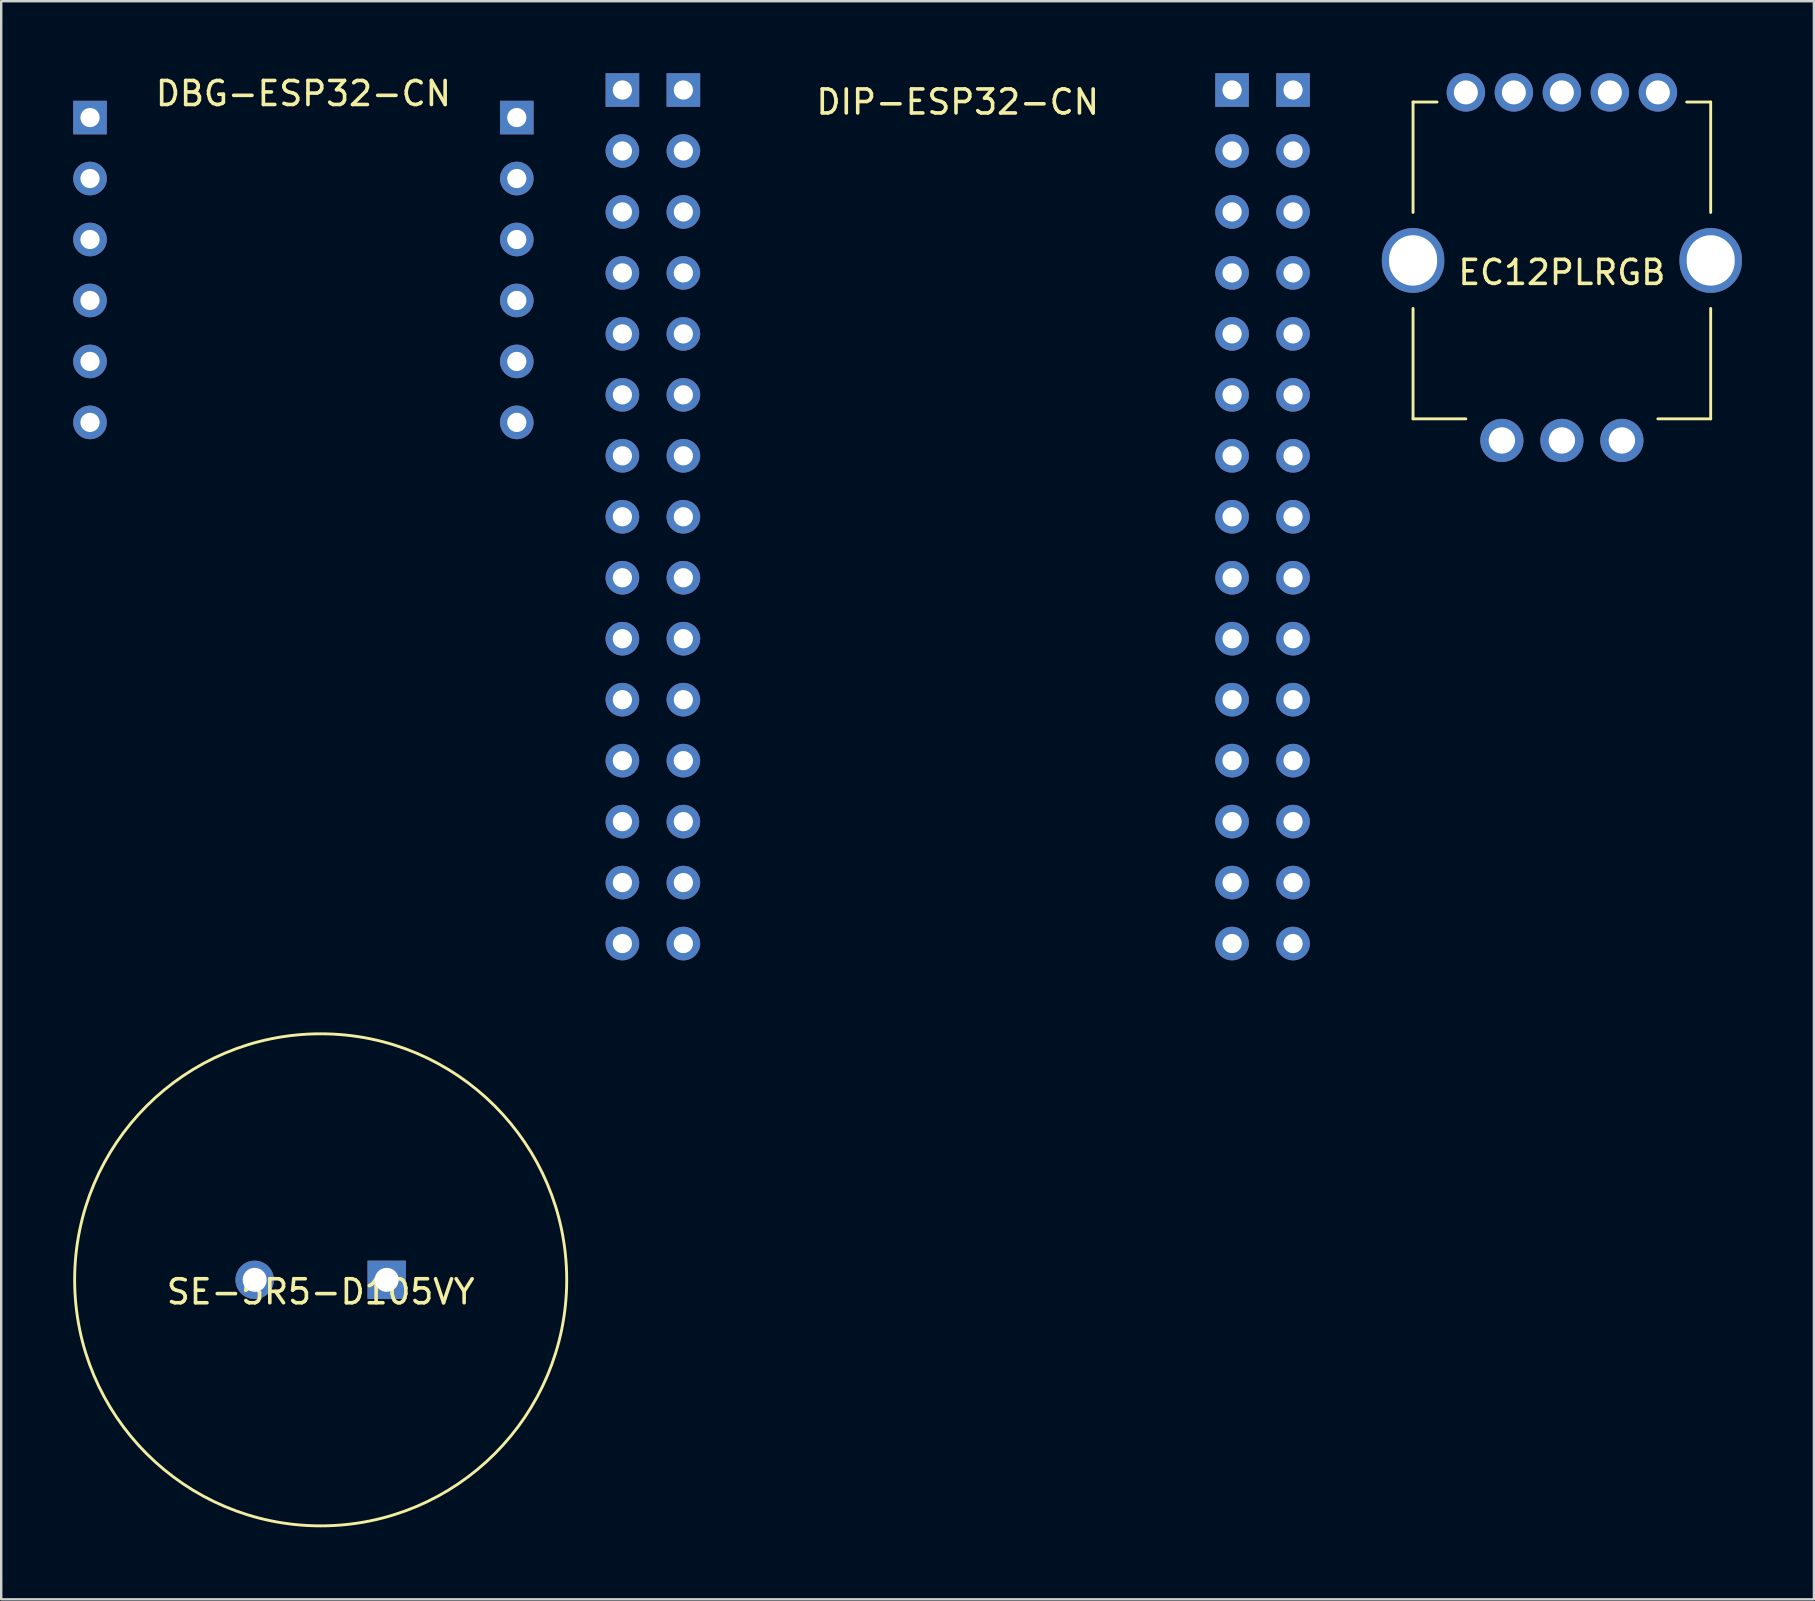
<source format=kicad_pcb>
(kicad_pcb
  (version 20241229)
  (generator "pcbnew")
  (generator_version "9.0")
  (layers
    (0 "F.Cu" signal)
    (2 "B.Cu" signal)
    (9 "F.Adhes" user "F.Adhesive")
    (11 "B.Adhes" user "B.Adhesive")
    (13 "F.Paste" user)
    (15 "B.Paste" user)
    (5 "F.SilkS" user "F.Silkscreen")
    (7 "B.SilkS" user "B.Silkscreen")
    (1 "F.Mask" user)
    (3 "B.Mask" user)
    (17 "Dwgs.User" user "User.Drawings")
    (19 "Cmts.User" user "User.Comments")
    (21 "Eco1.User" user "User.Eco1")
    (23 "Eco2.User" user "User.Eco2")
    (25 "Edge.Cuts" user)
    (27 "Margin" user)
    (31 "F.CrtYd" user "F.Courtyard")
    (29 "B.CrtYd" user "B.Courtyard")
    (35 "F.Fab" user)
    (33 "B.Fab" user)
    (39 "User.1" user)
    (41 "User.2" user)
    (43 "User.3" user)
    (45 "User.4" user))
  (footprint "DIP-ESP32-CN"
    (layer "F.Cu")
    (at 36.85 0.7)
    (property "Reference" "DIP-ESP32-CN" (at 0 0.5 0) (layer "F.SilkS") (effects (font (size 1 1) (thickness 0.15))))
    (attr through_hole)
    (pad "1" thru_hole rect (at -13.97 0) (size 1.4 1.4) (drill 0.8) (layers "*.Cu" "*.Mask"))
    (pad "1" thru_hole rect (at -11.43 0) (size 1.4 1.4) (drill 0.8) (layers "*.Cu" "*.Mask"))
    (pad "2" thru_hole circle (at -13.97 2.54) (size 1.4 1.4) (drill 0.8) (layers "*.Cu" "*.Mask"))
    (pad "2" thru_hole circle (at -11.43 2.54) (size 1.4 1.4) (drill 0.8) (layers "*.Cu" "*.Mask"))
    (pad "3" thru_hole circle (at -13.97 5.08) (size 1.4 1.4) (drill 0.8) (layers "*.Cu" "*.Mask"))
    (pad "3" thru_hole circle (at -11.43 5.08) (size 1.4 1.4) (drill 0.8) (layers "*.Cu" "*.Mask"))
    (pad "4" thru_hole circle (at -13.97 7.62) (size 1.4 1.4) (drill 0.8) (layers "*.Cu" "*.Mask"))
    (pad "4" thru_hole circle (at -11.43 7.62) (size 1.4 1.4) (drill 0.8) (layers "*.Cu" "*.Mask"))
    (pad "5" thru_hole circle (at -13.97 10.16) (size 1.4 1.4) (drill 0.8) (layers "*.Cu" "*.Mask"))
    (pad "5" thru_hole circle (at -11.43 10.16) (size 1.4 1.4) (drill 0.8) (layers "*.Cu" "*.Mask"))
    (pad "6" thru_hole circle (at -13.97 12.7) (size 1.4 1.4) (drill 0.8) (layers "*.Cu" "*.Mask"))
    (pad "6" thru_hole circle (at -11.43 12.7) (size 1.4 1.4) (drill 0.8) (layers "*.Cu" "*.Mask"))
    (pad "7" thru_hole circle (at -13.97 15.24) (size 1.4 1.4) (drill 0.8) (layers "*.Cu" "*.Mask"))
    (pad "7" thru_hole circle (at -11.43 15.24) (size 1.4 1.4) (drill 0.8) (layers "*.Cu" "*.Mask"))
    (pad "8" thru_hole circle (at -13.97 17.78) (size 1.4 1.4) (drill 0.8) (layers "*.Cu" "*.Mask"))
    (pad "8" thru_hole circle (at -11.43 17.78) (size 1.4 1.4) (drill 0.8) (layers "*.Cu" "*.Mask"))
    (pad "9" thru_hole circle (at -13.97 20.32) (size 1.4 1.4) (drill 0.8) (layers "*.Cu" "*.Mask"))
    (pad "9" thru_hole circle (at -11.43 20.32) (size 1.4 1.4) (drill 0.8) (layers "*.Cu" "*.Mask"))
    (pad "10" thru_hole circle (at -13.97 22.86) (size 1.4 1.4) (drill 0.8) (layers "*.Cu" "*.Mask"))
    (pad "10" thru_hole circle (at -11.43 22.86) (size 1.4 1.4) (drill 0.8) (layers "*.Cu" "*.Mask"))
    (pad "11" thru_hole circle (at -13.97 25.4) (size 1.4 1.4) (drill 0.8) (layers "*.Cu" "*.Mask"))
    (pad "11" thru_hole circle (at -11.43 25.4) (size 1.4 1.4) (drill 0.8) (layers "*.Cu" "*.Mask"))
    (pad "12" thru_hole circle (at -13.97 27.94) (size 1.4 1.4) (drill 0.8) (layers "*.Cu" "*.Mask"))
    (pad "12" thru_hole circle (at -11.43 27.94) (size 1.4 1.4) (drill 0.8) (layers "*.Cu" "*.Mask"))
    (pad "13" thru_hole circle (at -13.97 30.48) (size 1.4 1.4) (drill 0.8) (layers "*.Cu" "*.Mask"))
    (pad "13" thru_hole circle (at -11.43 30.48) (size 1.4 1.4) (drill 0.8) (layers "*.Cu" "*.Mask"))
    (pad "14" thru_hole circle (at -13.97 33.02) (size 1.4 1.4) (drill 0.8) (layers "*.Cu" "*.Mask"))
    (pad "14" thru_hole circle (at -11.43 33.02) (size 1.4 1.4) (drill 0.8) (layers "*.Cu" "*.Mask"))
    (pad "15" thru_hole circle (at -13.97 35.56) (size 1.4 1.4) (drill 0.8) (layers "*.Cu" "*.Mask"))
    (pad "15" thru_hole circle (at -11.43 35.56) (size 1.4 1.4) (drill 0.8) (layers "*.Cu" "*.Mask"))
    (pad "16" thru_hole circle (at 11.43 35.56) (size 1.4 1.4) (drill 0.8) (layers "*.Cu" "*.Mask"))
    (pad "16" thru_hole circle (at 13.97 35.56) (size 1.4 1.4) (drill 0.8) (layers "*.Cu" "*.Mask"))
    (pad "17" thru_hole circle (at 11.43 33.02) (size 1.4 1.4) (drill 0.8) (layers "*.Cu" "*.Mask"))
    (pad "17" thru_hole circle (at 13.97 33.02) (size 1.4 1.4) (drill 0.8) (layers "*.Cu" "*.Mask"))
    (pad "18" thru_hole circle (at 11.43 30.48) (size 1.4 1.4) (drill 0.8) (layers "*.Cu" "*.Mask"))
    (pad "18" thru_hole circle (at 13.97 30.48) (size 1.4 1.4) (drill 0.8) (layers "*.Cu" "*.Mask"))
    (pad "19" thru_hole circle (at 11.43 27.94) (size 1.4 1.4) (drill 0.8) (layers "*.Cu" "*.Mask"))
    (pad "19" thru_hole circle (at 13.97 27.94) (size 1.4 1.4) (drill 0.8) (layers "*.Cu" "*.Mask"))
    (pad "20" thru_hole circle (at 11.43 25.4) (size 1.4 1.4) (drill 0.8) (layers "*.Cu" "*.Mask"))
    (pad "20" thru_hole circle (at 13.97 25.4) (size 1.4 1.4) (drill 0.8) (layers "*.Cu" "*.Mask"))
    (pad "21" thru_hole circle (at 11.43 22.86) (size 1.4 1.4) (drill 0.8) (layers "*.Cu" "*.Mask"))
    (pad "21" thru_hole circle (at 13.97 22.86) (size 1.4 1.4) (drill 0.8) (layers "*.Cu" "*.Mask"))
    (pad "22" thru_hole circle (at 11.43 20.32) (size 1.4 1.4) (drill 0.8) (layers "*.Cu" "*.Mask"))
    (pad "22" thru_hole circle (at 13.97 20.32) (size 1.4 1.4) (drill 0.8) (layers "*.Cu" "*.Mask"))
    (pad "23" thru_hole circle (at 11.43 17.78) (size 1.4 1.4) (drill 0.8) (layers "*.Cu" "*.Mask"))
    (pad "23" thru_hole circle (at 13.97 17.78) (size 1.4 1.4) (drill 0.8) (layers "*.Cu" "*.Mask"))
    (pad "24" thru_hole circle (at 11.43 15.24) (size 1.4 1.4) (drill 0.8) (layers "*.Cu" "*.Mask"))
    (pad "24" thru_hole circle (at 13.97 15.24) (size 1.4 1.4) (drill 0.8) (layers "*.Cu" "*.Mask"))
    (pad "25" thru_hole circle (at 11.43 12.7) (size 1.4 1.4) (drill 0.8) (layers "*.Cu" "*.Mask"))
    (pad "25" thru_hole circle (at 13.97 12.7) (size 1.4 1.4) (drill 0.8) (layers "*.Cu" "*.Mask"))
    (pad "26" thru_hole circle (at 11.43 10.16) (size 1.4 1.4) (drill 0.8) (layers "*.Cu" "*.Mask"))
    (pad "26" thru_hole circle (at 13.97 10.16) (size 1.4 1.4) (drill 0.8) (layers "*.Cu" "*.Mask"))
    (pad "27" thru_hole circle (at 11.43 7.62) (size 1.4 1.4) (drill 0.8) (layers "*.Cu" "*.Mask"))
    (pad "27" thru_hole circle (at 13.97 7.62) (size 1.4 1.4) (drill 0.8) (layers "*.Cu" "*.Mask"))
    (pad "28" thru_hole circle (at 11.43 5.08) (size 1.4 1.4) (drill 0.8) (layers "*.Cu" "*.Mask"))
    (pad "28" thru_hole circle (at 13.97 5.08) (size 1.4 1.4) (drill 0.8) (layers "*.Cu" "*.Mask"))
    (pad "29" thru_hole circle (at 11.43 2.54) (size 1.4 1.4) (drill 0.8) (layers "*.Cu" "*.Mask"))
    (pad "29" thru_hole circle (at 13.97 2.54) (size 1.4 1.4) (drill 0.8) (layers "*.Cu" "*.Mask"))
    (pad "30" thru_hole rect (at 11.43 0) (size 1.4 1.4) (drill 0.8) (layers "*.Cu" "*.Mask"))
    (pad "30" thru_hole rect (at 13.97 0) (size 1.4 1.4) (drill 0.8) (layers "*.Cu" "*.Mask")))
  (footprint "DBG-ESP32-CN"
    (layer "F.Cu")
    (at 9.59 1.848)
    (property "Reference" "DBG-ESP32-CN" (at 0 -1 0) (layer "F.SilkS") (effects (font (size 1 1) (thickness 0.15))))
    (attr through_hole)
    (pad "1" thru_hole rect (at -8.89 0) (size 1.4 1.4) (drill 0.8) (layers "*.Cu" "*.Mask"))
    (pad "2" thru_hole circle (at -8.89 2.54) (size 1.4 1.4) (drill 0.8) (layers "*.Cu" "*.Mask"))
    (pad "3" thru_hole circle (at -8.89 5.08) (size 1.4 1.4) (drill 0.8) (layers "*.Cu" "*.Mask"))
    (pad "4" thru_hole circle (at -8.89 7.62) (size 1.4 1.4) (drill 0.8) (layers "*.Cu" "*.Mask"))
    (pad "5" thru_hole circle (at -8.89 10.16) (size 1.4 1.4) (drill 0.8) (layers "*.Cu" "*.Mask"))
    (pad "6" thru_hole circle (at -8.89 12.7) (size 1.4 1.4) (drill 0.8) (layers "*.Cu" "*.Mask"))
    (pad "7" thru_hole circle (at 8.89 12.7) (size 1.4 1.4) (drill 0.8) (layers "*.Cu" "*.Mask"))
    (pad "8" thru_hole circle (at 8.89 10.16) (size 1.4 1.4) (drill 0.8) (layers "*.Cu" "*.Mask"))
    (pad "9" thru_hole circle (at 8.89 7.62) (size 1.4 1.4) (drill 0.8) (layers "*.Cu" "*.Mask"))
    (pad "10" thru_hole circle (at 8.89 5.08) (size 1.4 1.4) (drill 0.8) (layers "*.Cu" "*.Mask"))
    (pad "11" thru_hole circle (at 8.89 2.54) (size 1.4 1.4) (drill 0.8) (layers "*.Cu" "*.Mask"))
    (pad "12" thru_hole rect (at 8.89 0) (size 1.4 1.4) (drill 0.8) (layers "*.Cu" "*.Mask")))
  (footprint "SE-5R5-D105VY"
    (layer "F.Cu")
    (at 10.31 50.27)
    (property "Reference" "SE-5R5-D105VY" (at 0 0.5 0) (layer "F.SilkS") (effects (font (size 1 1) (thickness 0.15))))
    (attr through_hole)
    (fp_circle (center 0 0) (end 10.25 0.05) (stroke (width 0.12) (type solid)) (fill no) (layer "F.SilkS"))
    (pad "1" thru_hole circle (at -2.75 0) (size 1.6 1.6) (drill 1) (layers "*.Cu" "*.Mask"))
    (pad "2" thru_hole rect (at 2.75 0) (size 1.6 1.6) (drill 1) (layers "*.Cu" "*.Mask")))
  (footprint "EC12PLRGB"
    (layer "F.Cu")
    (at 62.02 7.8)
    (property "Reference" "EC12PLRGB" (at 0 0.5 0) (layer "F.SilkS") (effects (font (size 1 1) (thickness 0.15))))
    (attr through_hole)
    (fp_line (start -6.2 -6.6) (end -6.2 -2) (stroke (width 0.12) (type solid)) (layer "F.SilkS"))
    (fp_line (start -6.2 -6.6) (end -5.2 -6.6) (stroke (width 0.12) (type solid)) (layer "F.SilkS"))
    (fp_line (start -6.2 6.6) (end -6.2 2) (stroke (width 0.12) (type solid)) (layer "F.SilkS"))
    (fp_line (start -6.2 6.6) (end -4 6.6) (stroke (width 0.12) (type solid)) (layer "F.SilkS"))
    (fp_line (start 6.2 -6.6) (end 5.2 -6.6) (stroke (width 0.12) (type solid)) (layer "F.SilkS"))
    (fp_line (start 6.2 -6.6) (end 6.2 -2) (stroke (width 0.12) (type solid)) (layer "F.SilkS"))
    (fp_line (start 6.2 6.6) (end 4 6.6) (stroke (width 0.12) (type solid)) (layer "F.SilkS"))
    (fp_line (start 6.2 6.6) (end 6.2 2) (stroke (width 0.12) (type solid)) (layer "F.SilkS"))
    (pad "" thru_hole oval (at -6.2 0) (size 2.6 2.7) (drill oval 2 2.1) (layers "*.Cu" "*.Mask"))
    (pad "" thru_hole oval (at 6.2 0) (size 2.6 2.7) (drill oval 2 2.1) (layers "*.Cu" "*.Mask"))
    (pad "1" thru_hole circle (at -4 -7) (size 1.6 1.6) (drill 1) (layers "*.Cu" "*.Mask"))
    (pad "2" thru_hole circle (at -2 -7) (size 1.6 1.6) (drill 1) (layers "*.Cu" "*.Mask"))
    (pad "3" thru_hole circle (at 0 -7) (size 1.6 1.6) (drill 1) (layers "*.Cu" "*.Mask"))
    (pad "4" thru_hole circle (at 2 -7) (size 1.6 1.6) (drill 1) (layers "*.Cu" "*.Mask"))
    (pad "5" thru_hole circle (at 4 -7) (size 1.6 1.6) (drill 1) (layers "*.Cu" "*.Mask"))
    (pad "6" thru_hole circle (at -2.5 7.5) (size 1.8 1.8) (drill 1.1) (layers "*.Cu" "*.Mask"))
    (pad "7" thru_hole circle (at 0 7.5) (size 1.8 1.8) (drill 1.1) (layers "*.Cu" "*.Mask"))
    (pad "8" thru_hole circle (at 2.5 7.5) (size 1.8 1.8) (drill 1.1) (layers "*.Cu" "*.Mask")))
  (gr_rect
    (start -3 -3)
    (end 72.52 63.58)
    (stroke (width 0.1) (type default))
    (fill no)
    (layer "Edge.Cuts")))
</source>
